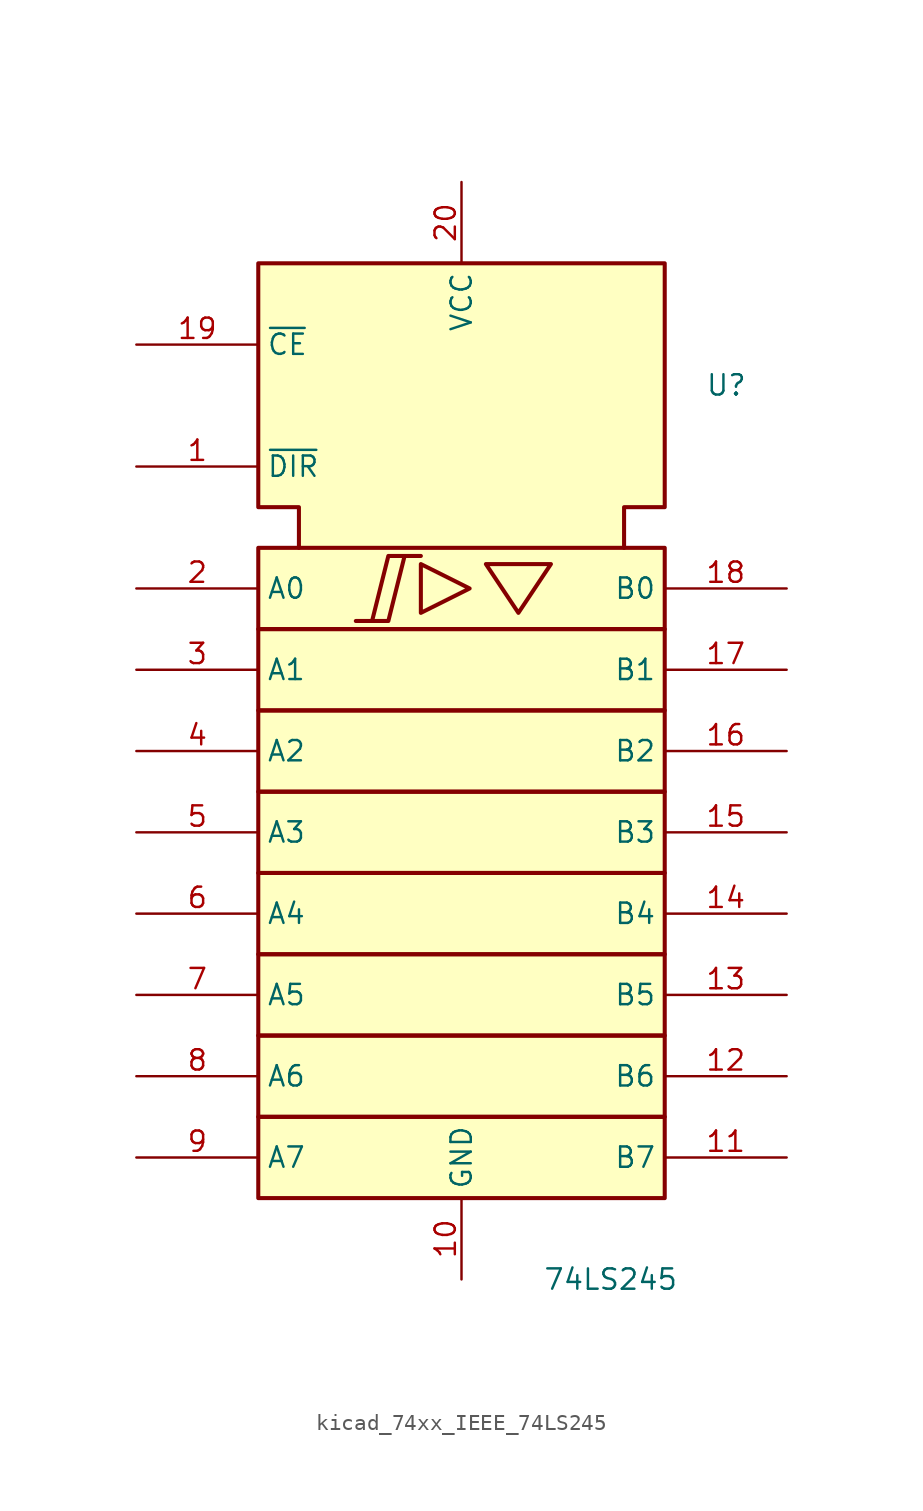
<source format=kicad_sym>
(kicad_symbol_lib
  (version 20220914)
  (generator kicad_symbol_editor)
  (symbol "kicad_74xx_IEEE_74LS245"
    (property "Reference" "U"
      (at 15.24 25.4 0)
      (effects (font (size 1.27 1.27)) (justify left)))
    (property "Value" "74LS245"
      (at 5.08 -30.48 0)
      (effects (font (size 1.27 1.27)) (justify left)))
    (symbol "kicad_74xx_IEEE_74LS245_0_0"
      (polyline (pts (xy -2.54 14.224) (xy -2.54 11.176) (xy 0.508 12.7) (xy -2.54 14.224) (xy -2.54 14.224)) (stroke (width 0.254) (type default)) (fill (type background)))
      (polyline (pts (xy 1.524 14.224) (xy 5.588 14.224) (xy 3.556 11.176) (xy 1.524 14.224) (xy 1.524 14.224)) (stroke (width 0.254) (type default)) (fill (type background)))
      (polyline (pts (xy -6.604 10.668) (xy -4.572 10.668) (xy -3.556 14.732) (xy -2.54 14.732) (xy -4.572 14.732) (xy -5.588 10.668) (xy -5.588 10.668)) (stroke (width 0.254) (type default)) (fill (type background)))
      (pin power_in line (at 0 -30.48 90) (length 5.08) (name "GND" (effects (font (size 1.27 1.27)))) (number "10" (effects (font (size 1.27 1.27)))))
      (pin power_in line (at 0 38.1 270) (length 5.08) (name "VCC" (effects (font (size 1.27 1.27)))) (number "20" (effects (font (size 1.27 1.27))))))
    (symbol "kicad_74xx_IEEE_74LS245_0_1"
      (rectangle (start -12.7 -20.32) (end 12.7 -25.4) (stroke (width 0.254) (type default)) (fill (type background)))
      (rectangle (start -12.7 -15.24) (end 12.7 -20.32) (stroke (width 0.254) (type default)) (fill (type background)))
      (rectangle (start -12.7 -10.16) (end 12.7 -15.24) (stroke (width 0.254) (type default)) (fill (type background)))
      (rectangle (start -12.7 -5.08) (end 12.7 -10.16) (stroke (width 0.254) (type default)) (fill (type background)))
      (rectangle (start -12.7 0) (end 12.7 -5.08) (stroke (width 0.254) (type default)) (fill (type background)))
      (rectangle (start -12.7 5.08) (end 12.7 0) (stroke (width 0.254) (type default)) (fill (type background)))
      (rectangle (start -12.7 10.16) (end 12.7 5.08) (stroke (width 0.254) (type default)) (fill (type background)))
      (rectangle (start -12.7 15.24) (end 12.7 10.16) (stroke (width 0.254) (type default)) (fill (type background)))
      (polyline (pts (xy -10.16 15.24) (xy -10.16 17.78) (xy -12.7 17.78) (xy -12.7 33.02) (xy 12.7 33.02) (xy 12.7 17.78) (xy 10.16 17.78) (xy 10.16 15.24) (xy 10.16 15.24)) (stroke (width 0.254) (type default)) (fill (type background))))
    (symbol "kicad_74xx_IEEE_74LS245_1_1"
      (pin input line (at -20.32 20.32 0) (length 7.62) (name "~{DIR}" (effects (font (size 1.27 1.27)))) (number "1" (effects (font (size 1.27 1.27)))))
      (pin tri_state line (at 20.32 -22.86 180) (length 7.62) (name "B7" (effects (font (size 1.27 1.27)))) (number "11" (effects (font (size 1.27 1.27)))))
      (pin tri_state line (at 20.32 -17.78 180) (length 7.62) (name "B6" (effects (font (size 1.27 1.27)))) (number "12" (effects (font (size 1.27 1.27)))))
      (pin tri_state line (at 20.32 -12.7 180) (length 7.62) (name "B5" (effects (font (size 1.27 1.27)))) (number "13" (effects (font (size 1.27 1.27)))))
      (pin tri_state line (at 20.32 -7.62 180) (length 7.62) (name "B4" (effects (font (size 1.27 1.27)))) (number "14" (effects (font (size 1.27 1.27)))))
      (pin tri_state line (at 20.32 -2.54 180) (length 7.62) (name "B3" (effects (font (size 1.27 1.27)))) (number "15" (effects (font (size 1.27 1.27)))))
      (pin tri_state line (at 20.32 2.54 180) (length 7.62) (name "B2" (effects (font (size 1.27 1.27)))) (number "16" (effects (font (size 1.27 1.27)))))
      (pin tri_state line (at 20.32 7.62 180) (length 7.62) (name "B1" (effects (font (size 1.27 1.27)))) (number "17" (effects (font (size 1.27 1.27)))))
      (pin tri_state line (at 20.32 12.7 180) (length 7.62) (name "B0" (effects (font (size 1.27 1.27)))) (number "18" (effects (font (size 1.27 1.27)))))
      (pin input line (at -20.32 27.94 0) (length 7.62) (name "~{CE}" (effects (font (size 1.27 1.27)))) (number "19" (effects (font (size 1.27 1.27)))))
      (pin tri_state line (at -20.32 12.7 0) (length 7.62) (name "A0" (effects (font (size 1.27 1.27)))) (number "2" (effects (font (size 1.27 1.27)))))
      (pin tri_state line (at -20.32 7.62 0) (length 7.62) (name "A1" (effects (font (size 1.27 1.27)))) (number "3" (effects (font (size 1.27 1.27)))))
      (pin tri_state line (at -20.32 2.54 0) (length 7.62) (name "A2" (effects (font (size 1.27 1.27)))) (number "4" (effects (font (size 1.27 1.27)))))
      (pin tri_state line (at -20.32 -2.54 0) (length 7.62) (name "A3" (effects (font (size 1.27 1.27)))) (number "5" (effects (font (size 1.27 1.27)))))
      (pin tri_state line (at -20.32 -7.62 0) (length 7.62) (name "A4" (effects (font (size 1.27 1.27)))) (number "6" (effects (font (size 1.27 1.27)))))
      (pin tri_state line (at -20.32 -12.7 0) (length 7.62) (name "A5" (effects (font (size 1.27 1.27)))) (number "7" (effects (font (size 1.27 1.27)))))
      (pin tri_state line (at -20.32 -17.78 0) (length 7.62) (name "A6" (effects (font (size 1.27 1.27)))) (number "8" (effects (font (size 1.27 1.27)))))
      (pin tri_state line (at -20.32 -22.86 0) (length 7.62) (name "A7" (effects (font (size 1.27 1.27)))) (number "9" (effects (font (size 1.27 1.27))))))))
</source>
